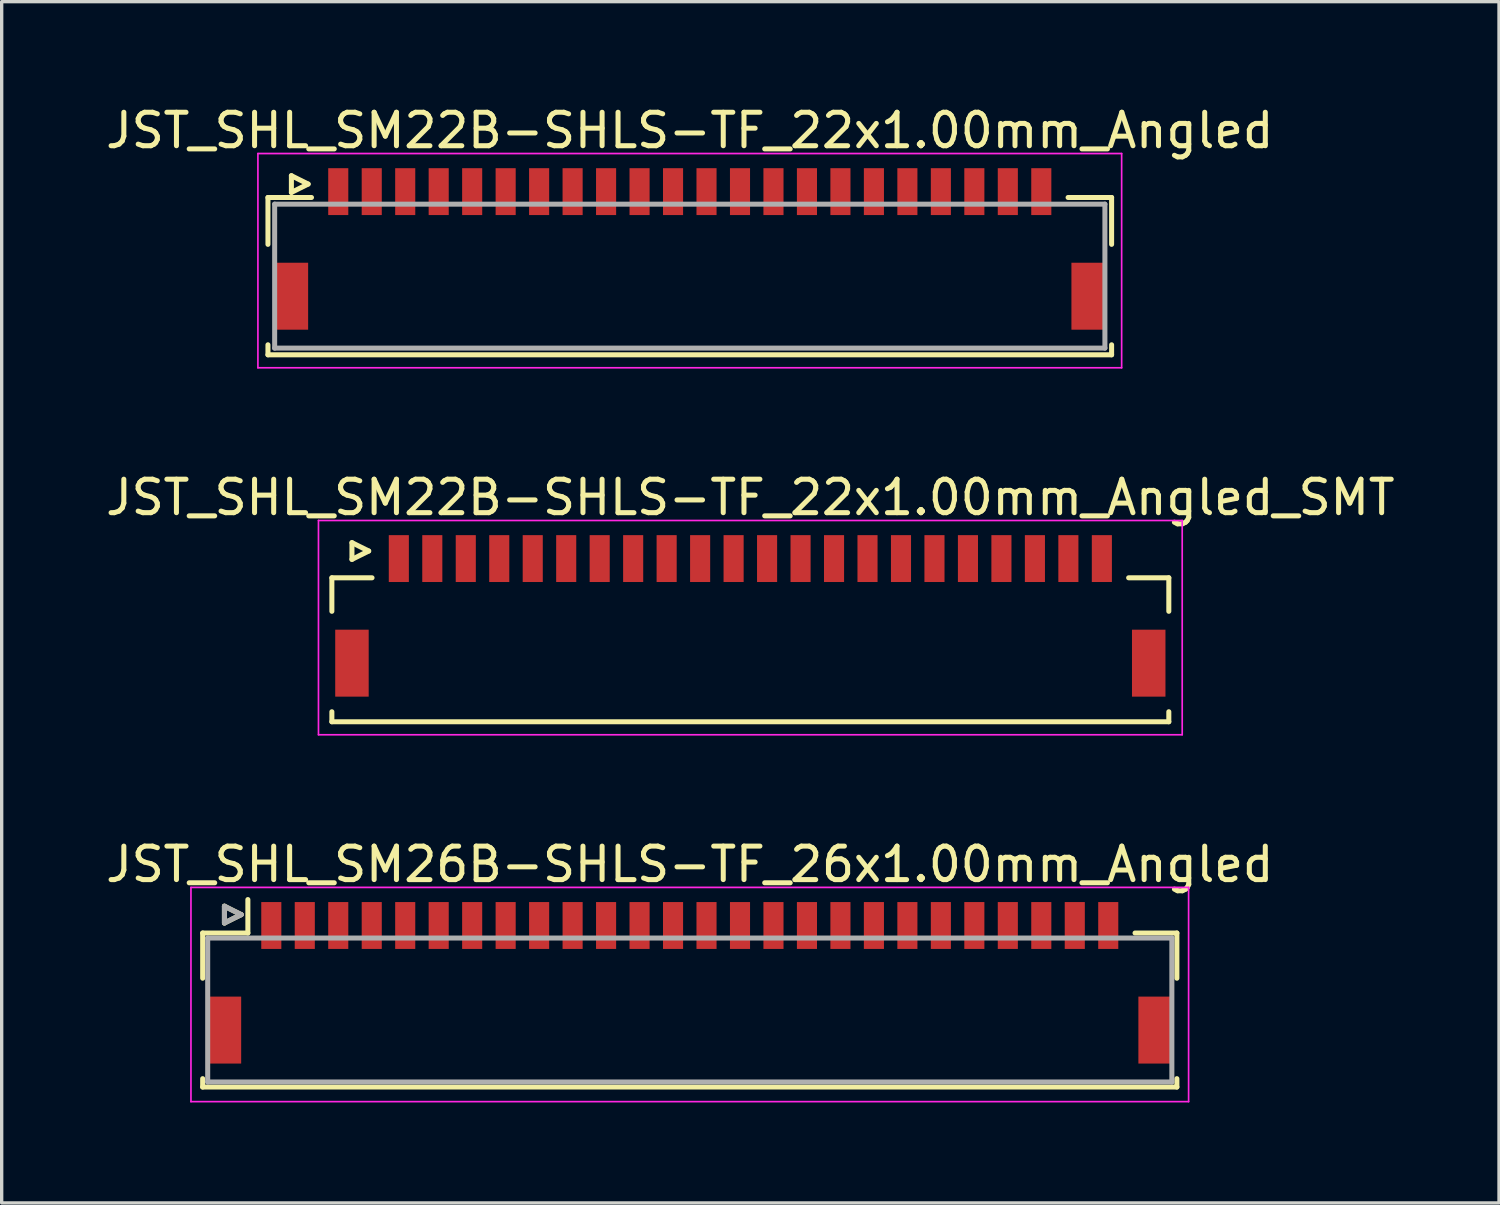
<source format=kicad_pcb>
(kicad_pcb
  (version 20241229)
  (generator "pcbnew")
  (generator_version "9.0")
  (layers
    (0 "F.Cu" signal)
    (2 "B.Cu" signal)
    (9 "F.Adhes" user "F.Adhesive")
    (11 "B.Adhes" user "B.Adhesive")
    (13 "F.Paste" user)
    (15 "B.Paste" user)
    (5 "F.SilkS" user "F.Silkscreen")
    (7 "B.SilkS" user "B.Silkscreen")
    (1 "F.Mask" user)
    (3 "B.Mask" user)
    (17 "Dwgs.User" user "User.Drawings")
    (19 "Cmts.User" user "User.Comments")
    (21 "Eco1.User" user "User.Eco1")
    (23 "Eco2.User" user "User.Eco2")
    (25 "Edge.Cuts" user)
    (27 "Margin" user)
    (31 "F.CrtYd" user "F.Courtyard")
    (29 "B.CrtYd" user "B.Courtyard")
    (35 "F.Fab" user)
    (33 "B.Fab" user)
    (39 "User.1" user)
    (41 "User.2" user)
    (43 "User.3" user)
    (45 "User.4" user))
  (footprint "JST_SHL_SM22B-SHLS-TF_22x1.00mm_Angled_SMT"
    (layer "F.Cu")
    (at 19.363 15.197)
    (property "Reference" "JST_SHL_SM22B-SHLS-TF_22x1.00mm_Angled_SMT" (at 0 -3.388 0) (layer "F.SilkS") (effects (font (size 1 1) (thickness 0.15))))
    (attr smd)
    (fp_line (start -12.5 -0.988) (end -11.3 -0.988) (stroke (width 0.15) (type solid)) (layer "F.SilkS"))
    (fp_line (start -12.5 0.013) (end -12.5 -0.988) (stroke (width 0.15) (type solid)) (layer "F.SilkS"))
    (fp_line (start -12.5 3.013) (end -12.5 3.312) (stroke (width 0.15) (type solid)) (layer "F.SilkS"))
    (fp_line (start -12.5 3.312) (end 12.5 3.312) (stroke (width 0.15) (type solid)) (layer "F.SilkS"))
    (fp_line (start -11.9 -2.038) (end -11.9 -1.538) (stroke (width 0.15) (type solid)) (layer "F.SilkS"))
    (fp_line (start -11.9 -1.538) (end -11.4 -1.788) (stroke (width 0.15) (type solid)) (layer "F.SilkS"))
    (fp_line (start -11.4 -1.788) (end -11.9 -2.038) (stroke (width 0.15) (type solid)) (layer "F.SilkS"))
    (fp_line (start 12.5 -0.988) (end 11.3 -0.988) (stroke (width 0.15) (type solid)) (layer "F.SilkS"))
    (fp_line (start 12.5 0.013) (end 12.5 -0.988) (stroke (width 0.15) (type solid)) (layer "F.SilkS"))
    (fp_line (start 12.5 3.312) (end 12.5 3.013) (stroke (width 0.15) (type solid)) (layer "F.SilkS"))
    (fp_line (start -12.9 -2.7) (end -12.9 3.7) (stroke (width 0.05) (type solid)) (layer "F.CrtYd"))
    (fp_line (start -12.9 3.7) (end 12.9 3.7) (stroke (width 0.05) (type solid)) (layer "F.CrtYd"))
    (fp_line (start 12.9 -2.7) (end -12.9 -2.7) (stroke (width 0.05) (type solid)) (layer "F.CrtYd"))
    (fp_line (start 12.9 3.7) (end 12.9 -2.7) (stroke (width 0.05) (type solid)) (layer "F.CrtYd"))
    (pad "" smd rect (at -11.9 1.562) (size 1 2) (layers "F.Cu" "F.Mask" "F.Paste"))
    (pad "" smd rect (at 11.9 1.562) (size 1 2) (layers "F.Cu" "F.Mask" "F.Paste"))
    (pad "1" smd rect (at -10.5 -1.562) (size 0.6 1.4) (layers "F.Cu" "F.Mask" "F.Paste"))
    (pad "2" smd rect (at -9.5 -1.562) (size 0.6 1.4) (layers "F.Cu" "F.Mask" "F.Paste"))
    (pad "3" smd rect (at -8.5 -1.562) (size 0.6 1.4) (layers "F.Cu" "F.Mask" "F.Paste"))
    (pad "4" smd rect (at -7.5 -1.562) (size 0.6 1.4) (layers "F.Cu" "F.Mask" "F.Paste"))
    (pad "5" smd rect (at -6.5 -1.562) (size 0.6 1.4) (layers "F.Cu" "F.Mask" "F.Paste"))
    (pad "6" smd rect (at -5.5 -1.562) (size 0.6 1.4) (layers "F.Cu" "F.Mask" "F.Paste"))
    (pad "7" smd rect (at -4.5 -1.562) (size 0.6 1.4) (layers "F.Cu" "F.Mask" "F.Paste"))
    (pad "8" smd rect (at -3.5 -1.562) (size 0.6 1.4) (layers "F.Cu" "F.Mask" "F.Paste"))
    (pad "9" smd rect (at -2.5 -1.562) (size 0.6 1.4) (layers "F.Cu" "F.Mask" "F.Paste"))
    (pad "10" smd rect (at -1.5 -1.562) (size 0.6 1.4) (layers "F.Cu" "F.Mask" "F.Paste"))
    (pad "11" smd rect (at -0.5 -1.562) (size 0.6 1.4) (layers "F.Cu" "F.Mask" "F.Paste"))
    (pad "12" smd rect (at 0.5 -1.562) (size 0.6 1.4) (layers "F.Cu" "F.Mask" "F.Paste"))
    (pad "13" smd rect (at 1.5 -1.562) (size 0.6 1.4) (layers "F.Cu" "F.Mask" "F.Paste"))
    (pad "14" smd rect (at 2.5 -1.562) (size 0.6 1.4) (layers "F.Cu" "F.Mask" "F.Paste"))
    (pad "15" smd rect (at 3.5 -1.562) (size 0.6 1.4) (layers "F.Cu" "F.Mask" "F.Paste"))
    (pad "16" smd rect (at 4.5 -1.562) (size 0.6 1.4) (layers "F.Cu" "F.Mask" "F.Paste"))
    (pad "17" smd rect (at 5.5 -1.562) (size 0.6 1.4) (layers "F.Cu" "F.Mask" "F.Paste"))
    (pad "18" smd rect (at 6.5 -1.562) (size 0.6 1.4) (layers "F.Cu" "F.Mask" "F.Paste"))
    (pad "19" smd rect (at 7.5 -1.562) (size 0.6 1.4) (layers "F.Cu" "F.Mask" "F.Paste"))
    (pad "20" smd rect (at 8.5 -1.562) (size 0.6 1.4) (layers "F.Cu" "F.Mask" "F.Paste"))
    (pad "21" smd rect (at 9.5 -1.562) (size 0.6 1.4) (layers "F.Cu" "F.Mask" "F.Paste"))
    (pad "22" smd rect (at 10.5 -1.562) (size 0.6 1.4) (layers "F.Cu" "F.Mask" "F.Paste")))
  (footprint "JST_SHL_SM26B-SHLS-TF_26x1.00mm_Angled"
    (layer "F.Cu")
    (at 17.554 26.157)
    (property "Reference" "JST_SHL_SM26B-SHLS-TF_26x1.00mm_Angled" (at 0 -3.388 0) (layer "F.SilkS") (effects (font (size 1 1) (thickness 0.15))))
    (attr smd)
    (fp_line (start -14.55 -1.337) (end -13.2 -1.337) (stroke (width 0.15) (type solid)) (layer "F.SilkS"))
    (fp_line (start -14.55 0.013) (end -14.55 -1.337) (stroke (width 0.15) (type solid)) (layer "F.SilkS"))
    (fp_line (start -14.55 3.013) (end -14.55 3.263) (stroke (width 0.15) (type solid)) (layer "F.SilkS"))
    (fp_line (start -14.55 3.263) (end 14.55 3.263) (stroke (width 0.15) (type solid)) (layer "F.SilkS"))
    (fp_line (start -13.9 -2.138) (end -13.9 -1.637) (stroke (width 0.15) (type solid)) (layer "F.SilkS"))
    (fp_line (start -13.9 -1.637) (end -13.4 -1.887) (stroke (width 0.15) (type solid)) (layer "F.SilkS"))
    (fp_line (start -13.4 -1.887) (end -13.9 -2.138) (stroke (width 0.15) (type solid)) (layer "F.SilkS"))
    (fp_line (start -13.2 -1.337) (end -13.2 -2.337) (stroke (width 0.15) (type solid)) (layer "F.SilkS"))
    (fp_line (start 14.55 -1.337) (end 13.3 -1.337) (stroke (width 0.15) (type solid)) (layer "F.SilkS"))
    (fp_line (start 14.55 0.013) (end 14.55 -1.337) (stroke (width 0.15) (type solid)) (layer "F.SilkS"))
    (fp_line (start 14.55 3.263) (end 14.55 3.013) (stroke (width 0.15) (type solid)) (layer "F.SilkS"))
    (fp_line (start -14.9 -2.7) (end -14.9 3.7) (stroke (width 0.05) (type solid)) (layer "F.CrtYd"))
    (fp_line (start -14.9 3.7) (end 14.9 3.7) (stroke (width 0.05) (type solid)) (layer "F.CrtYd"))
    (fp_line (start 14.9 -2.7) (end -14.9 -2.7) (stroke (width 0.05) (type solid)) (layer "F.CrtYd"))
    (fp_line (start 14.9 3.7) (end 14.9 -2.7) (stroke (width 0.05) (type solid)) (layer "F.CrtYd"))
    (fp_line (start -14.4 -1.188) (end -14.4 3.112) (stroke (width 0.15) (type solid)) (layer "F.Fab"))
    (fp_line (start -14.4 3.112) (end 14.4 3.112) (stroke (width 0.15) (type solid)) (layer "F.Fab"))
    (fp_line (start -13.9 -2.138) (end -13.9 -1.637) (stroke (width 0.15) (type solid)) (layer "F.Fab"))
    (fp_line (start -13.9 -1.637) (end -13.4 -1.887) (stroke (width 0.15) (type solid)) (layer "F.Fab"))
    (fp_line (start -13.4 -1.887) (end -13.9 -2.138) (stroke (width 0.15) (type solid)) (layer "F.Fab"))
    (fp_line (start 14.4 -1.188) (end -14.4 -1.188) (stroke (width 0.15) (type solid)) (layer "F.Fab"))
    (fp_line (start 14.4 3.112) (end 14.4 -1.188) (stroke (width 0.15) (type solid)) (layer "F.Fab"))
    (pad "" smd rect (at -13.9 1.562) (size 1 2) (layers "F.Cu" "F.Mask" "F.Paste"))
    (pad "" smd rect (at 13.9 1.562) (size 1 2) (layers "F.Cu" "F.Mask" "F.Paste"))
    (pad "1" smd rect (at -12.5 -1.562) (size 0.6 1.4) (layers "F.Cu" "F.Mask" "F.Paste"))
    (pad "2" smd rect (at -11.5 -1.562) (size 0.6 1.4) (layers "F.Cu" "F.Mask" "F.Paste"))
    (pad "3" smd rect (at -10.5 -1.562) (size 0.6 1.4) (layers "F.Cu" "F.Mask" "F.Paste"))
    (pad "4" smd rect (at -9.5 -1.562) (size 0.6 1.4) (layers "F.Cu" "F.Mask" "F.Paste"))
    (pad "5" smd rect (at -8.5 -1.562) (size 0.6 1.4) (layers "F.Cu" "F.Mask" "F.Paste"))
    (pad "6" smd rect (at -7.5 -1.562) (size 0.6 1.4) (layers "F.Cu" "F.Mask" "F.Paste"))
    (pad "7" smd rect (at -6.5 -1.562) (size 0.6 1.4) (layers "F.Cu" "F.Mask" "F.Paste"))
    (pad "8" smd rect (at -5.5 -1.562) (size 0.6 1.4) (layers "F.Cu" "F.Mask" "F.Paste"))
    (pad "9" smd rect (at -4.5 -1.562) (size 0.6 1.4) (layers "F.Cu" "F.Mask" "F.Paste"))
    (pad "10" smd rect (at -3.5 -1.562) (size 0.6 1.4) (layers "F.Cu" "F.Mask" "F.Paste"))
    (pad "11" smd rect (at -2.5 -1.562) (size 0.6 1.4) (layers "F.Cu" "F.Mask" "F.Paste"))
    (pad "12" smd rect (at -1.5 -1.562) (size 0.6 1.4) (layers "F.Cu" "F.Mask" "F.Paste"))
    (pad "13" smd rect (at -0.5 -1.562) (size 0.6 1.4) (layers "F.Cu" "F.Mask" "F.Paste"))
    (pad "14" smd rect (at 0.5 -1.562) (size 0.6 1.4) (layers "F.Cu" "F.Mask" "F.Paste"))
    (pad "15" smd rect (at 1.5 -1.562) (size 0.6 1.4) (layers "F.Cu" "F.Mask" "F.Paste"))
    (pad "16" smd rect (at 2.5 -1.562) (size 0.6 1.4) (layers "F.Cu" "F.Mask" "F.Paste"))
    (pad "17" smd rect (at 3.5 -1.562) (size 0.6 1.4) (layers "F.Cu" "F.Mask" "F.Paste"))
    (pad "18" smd rect (at 4.5 -1.562) (size 0.6 1.4) (layers "F.Cu" "F.Mask" "F.Paste"))
    (pad "19" smd rect (at 5.5 -1.562) (size 0.6 1.4) (layers "F.Cu" "F.Mask" "F.Paste"))
    (pad "20" smd rect (at 6.5 -1.562) (size 0.6 1.4) (layers "F.Cu" "F.Mask" "F.Paste"))
    (pad "21" smd rect (at 7.5 -1.562) (size 0.6 1.4) (layers "F.Cu" "F.Mask" "F.Paste"))
    (pad "22" smd rect (at 8.5 -1.562) (size 0.6 1.4) (layers "F.Cu" "F.Mask" "F.Paste"))
    (pad "23" smd rect (at 9.5 -1.562) (size 0.6 1.4) (layers "F.Cu" "F.Mask" "F.Paste"))
    (pad "24" smd rect (at 10.5 -1.562) (size 0.6 1.4) (layers "F.Cu" "F.Mask" "F.Paste"))
    (pad "25" smd rect (at 11.5 -1.562) (size 0.6 1.4) (layers "F.Cu" "F.Mask" "F.Paste"))
    (pad "26" smd rect (at 12.5 -1.562) (size 0.6 1.4) (layers "F.Cu" "F.Mask" "F.Paste")))
  (footprint "JST_SHL_SM22B-SHLS-TF_22x1.00mm_Angled"
    (layer "F.Cu")
    (at 17.554 4.236)
    (property "Reference" "JST_SHL_SM22B-SHLS-TF_22x1.00mm_Angled" (at 0 -3.388 0) (layer "F.SilkS") (effects (font (size 1 1) (thickness 0.15))))
    (attr smd)
    (fp_line (start -12.6 -1.387) (end -11.3 -1.387) (stroke (width 0.15) (type solid)) (layer "F.SilkS"))
    (fp_line (start -12.6 0.013) (end -12.6 -1.387) (stroke (width 0.15) (type solid)) (layer "F.SilkS"))
    (fp_line (start -12.6 3.013) (end -12.6 3.312) (stroke (width 0.15) (type solid)) (layer "F.SilkS"))
    (fp_line (start -12.6 3.312) (end 12.6 3.312) (stroke (width 0.15) (type solid)) (layer "F.SilkS"))
    (fp_line (start -11.9 -2.038) (end -11.9 -1.538) (stroke (width 0.15) (type solid)) (layer "F.SilkS"))
    (fp_line (start -11.9 -1.538) (end -11.4 -1.788) (stroke (width 0.15) (type solid)) (layer "F.SilkS"))
    (fp_line (start -11.4 -1.788) (end -11.9 -2.038) (stroke (width 0.15) (type solid)) (layer "F.SilkS"))
    (fp_line (start 12.6 -1.387) (end 11.3 -1.387) (stroke (width 0.15) (type solid)) (layer "F.SilkS"))
    (fp_line (start 12.6 0.013) (end 12.6 -1.387) (stroke (width 0.15) (type solid)) (layer "F.SilkS"))
    (fp_line (start 12.6 3.312) (end 12.6 3.013) (stroke (width 0.15) (type solid)) (layer "F.SilkS"))
    (fp_line (start -12.9 -2.7) (end -12.9 3.7) (stroke (width 0.05) (type solid)) (layer "F.CrtYd"))
    (fp_line (start -12.9 3.7) (end 12.9 3.7) (stroke (width 0.05) (type solid)) (layer "F.CrtYd"))
    (fp_line (start 12.9 -2.7) (end -12.9 -2.7) (stroke (width 0.05) (type solid)) (layer "F.CrtYd"))
    (fp_line (start 12.9 3.7) (end 12.9 -2.7) (stroke (width 0.05) (type solid)) (layer "F.CrtYd"))
    (fp_line (start -12.4 -1.188) (end -12.4 3.112) (stroke (width 0.15) (type solid)) (layer "F.Fab"))
    (fp_line (start -12.4 3.112) (end 12.4 3.112) (stroke (width 0.15) (type solid)) (layer "F.Fab"))
    (fp_line (start 12.4 -1.188) (end -12.4 -1.188) (stroke (width 0.15) (type solid)) (layer "F.Fab"))
    (fp_line (start 12.4 3.112) (end 12.4 -1.188) (stroke (width 0.15) (type solid)) (layer "F.Fab"))
    (pad "" smd rect (at -11.9 1.562) (size 1 2) (layers "F.Cu" "F.Mask" "F.Paste"))
    (pad "" smd rect (at 11.9 1.562) (size 1 2) (layers "F.Cu" "F.Mask" "F.Paste"))
    (pad "1" smd rect (at -10.5 -1.562) (size 0.6 1.4) (layers "F.Cu" "F.Mask" "F.Paste"))
    (pad "2" smd rect (at -9.5 -1.562) (size 0.6 1.4) (layers "F.Cu" "F.Mask" "F.Paste"))
    (pad "3" smd rect (at -8.5 -1.562) (size 0.6 1.4) (layers "F.Cu" "F.Mask" "F.Paste"))
    (pad "4" smd rect (at -7.5 -1.562) (size 0.6 1.4) (layers "F.Cu" "F.Mask" "F.Paste"))
    (pad "5" smd rect (at -6.5 -1.562) (size 0.6 1.4) (layers "F.Cu" "F.Mask" "F.Paste"))
    (pad "6" smd rect (at -5.5 -1.562) (size 0.6 1.4) (layers "F.Cu" "F.Mask" "F.Paste"))
    (pad "7" smd rect (at -4.5 -1.562) (size 0.6 1.4) (layers "F.Cu" "F.Mask" "F.Paste"))
    (pad "8" smd rect (at -3.5 -1.562) (size 0.6 1.4) (layers "F.Cu" "F.Mask" "F.Paste"))
    (pad "9" smd rect (at -2.5 -1.562) (size 0.6 1.4) (layers "F.Cu" "F.Mask" "F.Paste"))
    (pad "10" smd rect (at -1.5 -1.562) (size 0.6 1.4) (layers "F.Cu" "F.Mask" "F.Paste"))
    (pad "11" smd rect (at -0.5 -1.562) (size 0.6 1.4) (layers "F.Cu" "F.Mask" "F.Paste"))
    (pad "12" smd rect (at 0.5 -1.562) (size 0.6 1.4) (layers "F.Cu" "F.Mask" "F.Paste"))
    (pad "13" smd rect (at 1.5 -1.562) (size 0.6 1.4) (layers "F.Cu" "F.Mask" "F.Paste"))
    (pad "14" smd rect (at 2.5 -1.562) (size 0.6 1.4) (layers "F.Cu" "F.Mask" "F.Paste"))
    (pad "15" smd rect (at 3.5 -1.562) (size 0.6 1.4) (layers "F.Cu" "F.Mask" "F.Paste"))
    (pad "16" smd rect (at 4.5 -1.562) (size 0.6 1.4) (layers "F.Cu" "F.Mask" "F.Paste"))
    (pad "17" smd rect (at 5.5 -1.562) (size 0.6 1.4) (layers "F.Cu" "F.Mask" "F.Paste"))
    (pad "18" smd rect (at 6.5 -1.562) (size 0.6 1.4) (layers "F.Cu" "F.Mask" "F.Paste"))
    (pad "19" smd rect (at 7.5 -1.562) (size 0.6 1.4) (layers "F.Cu" "F.Mask" "F.Paste"))
    (pad "20" smd rect (at 8.5 -1.562) (size 0.6 1.4) (layers "F.Cu" "F.Mask" "F.Paste"))
    (pad "21" smd rect (at 9.5 -1.562) (size 0.6 1.4) (layers "F.Cu" "F.Mask" "F.Paste"))
    (pad "22" smd rect (at 10.5 -1.562) (size 0.6 1.4) (layers "F.Cu" "F.Mask" "F.Paste")))
  (gr_rect
    (start -3 -3)
    (end 41.726 32.882)
    (stroke (width 0.1) (type default))
    (fill no)
    (layer "Edge.Cuts")))
</source>
